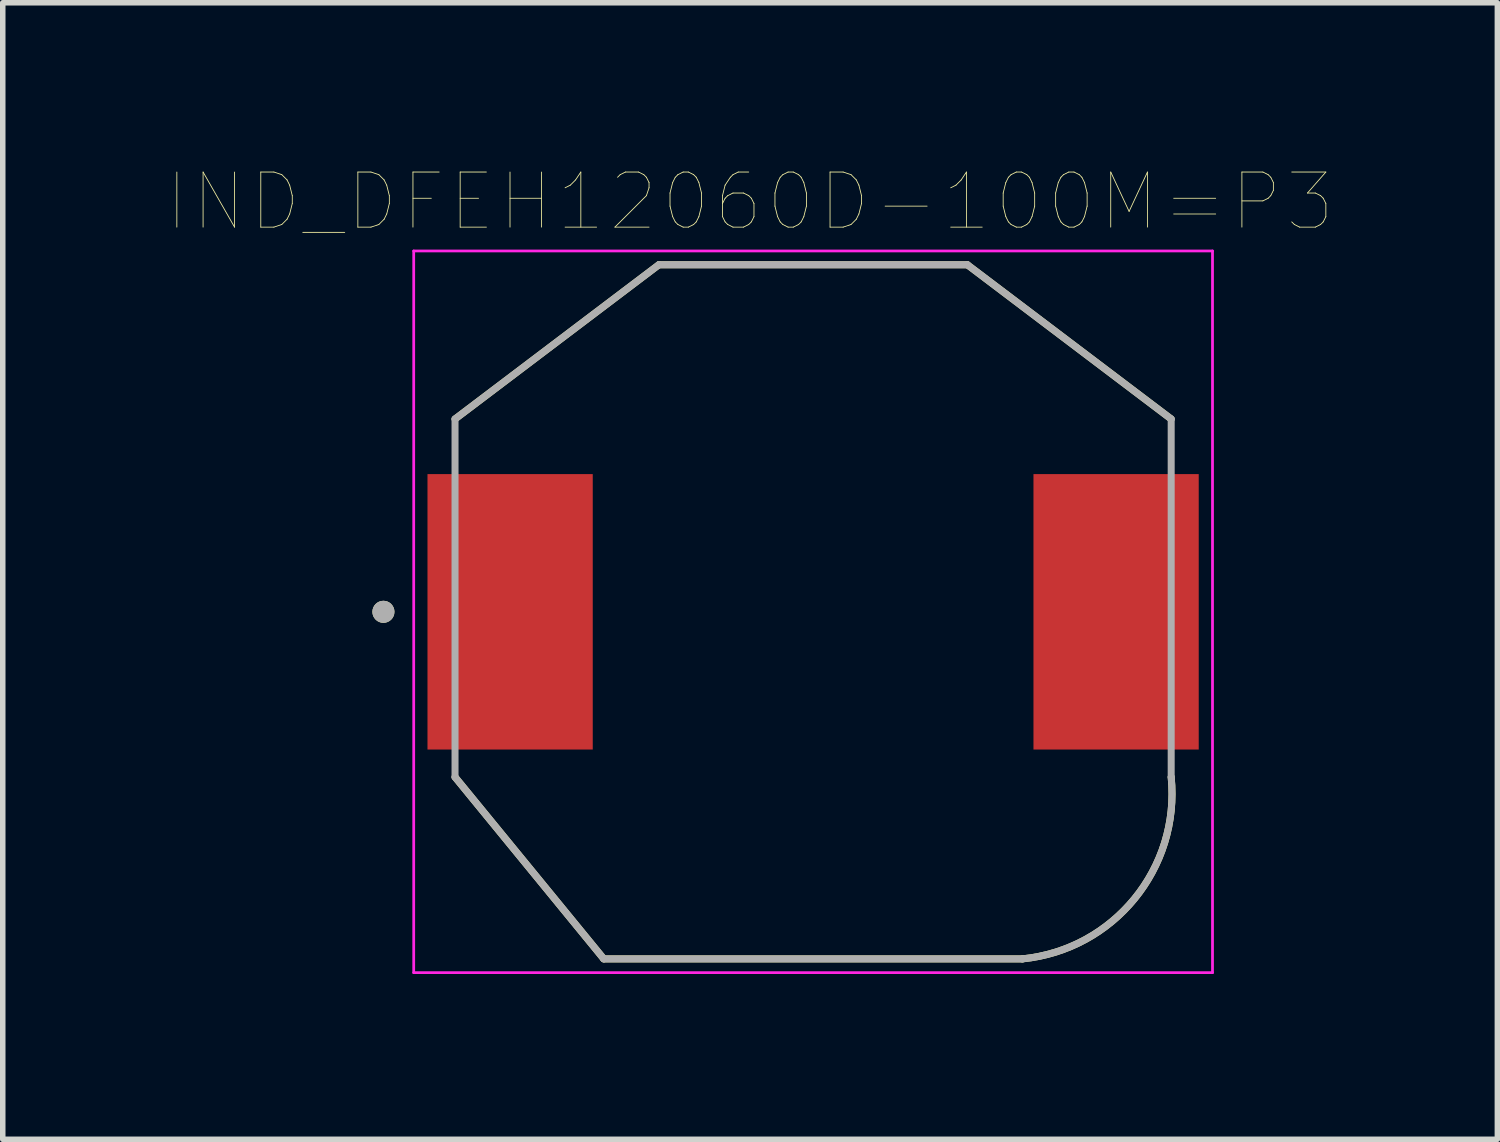
<source format=kicad_pcb>
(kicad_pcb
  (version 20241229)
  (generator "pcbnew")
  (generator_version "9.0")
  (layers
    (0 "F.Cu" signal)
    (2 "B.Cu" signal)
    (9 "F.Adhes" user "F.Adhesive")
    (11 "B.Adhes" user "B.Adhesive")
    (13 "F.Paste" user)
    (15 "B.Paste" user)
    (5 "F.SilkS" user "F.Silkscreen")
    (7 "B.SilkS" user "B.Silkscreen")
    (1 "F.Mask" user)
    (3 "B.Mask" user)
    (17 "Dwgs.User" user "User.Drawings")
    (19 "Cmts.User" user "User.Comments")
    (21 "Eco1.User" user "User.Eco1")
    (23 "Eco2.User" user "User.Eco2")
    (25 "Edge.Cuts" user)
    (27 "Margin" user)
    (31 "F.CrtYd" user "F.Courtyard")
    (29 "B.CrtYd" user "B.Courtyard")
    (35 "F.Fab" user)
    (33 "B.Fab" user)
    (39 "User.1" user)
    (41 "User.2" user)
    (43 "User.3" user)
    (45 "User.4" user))
  (footprint "IND_DFEH12060D-100M=P3"
    (layer "F.Cu")
    (at 11.71 8.056)
    (property "Reference" "IND_DFEH12060D-100M=P3" (at -1.145 -7.445 0) (layer "F.SilkS") (effects (font (size 1 1) (thickness 0.015))))
    (attr through_hole)
    (fp_line (start -6.5 -3.5) (end -2.8 -6.3) (stroke (width 0.127) (type solid)) (layer "F.SilkS"))
    (fp_line (start -3.8 6.3) (end -6.5 3) (stroke (width 0.127) (type solid)) (layer "F.SilkS"))
    (fp_line (start -2.8 -6.3) (end 2.8 -6.3) (stroke (width 0.127) (type solid)) (layer "F.SilkS"))
    (fp_line (start 2.8 -6.3) (end 6.5 -3.5) (stroke (width 0.127) (type solid)) (layer "F.SilkS"))
    (fp_line (start 3.8 6.3) (end -3.8 6.3) (stroke (width 0.127) (type solid)) (layer "F.SilkS"))
    (fp_arc (start 6.5 3) (mid 5.833452 5.209188) (end 3.8 6.3) (stroke (width 0.127) (type solid)) (layer "F.SilkS"))
    (fp_circle (center -7.8 0) (end -7.7 0) (stroke (width 0.2) (type solid)) (fill no) (layer "F.SilkS"))
    (fp_line (start -7.25 -6.55) (end 7.25 -6.55) (stroke (width 0.05) (type solid)) (layer "F.CrtYd"))
    (fp_line (start -7.25 6.55) (end -7.25 -6.55) (stroke (width 0.05) (type solid)) (layer "F.CrtYd"))
    (fp_line (start 7.25 -6.55) (end 7.25 6.55) (stroke (width 0.05) (type solid)) (layer "F.CrtYd"))
    (fp_line (start 7.25 6.55) (end -7.25 6.55) (stroke (width 0.05) (type solid)) (layer "F.CrtYd"))
    (fp_line (start -6.5 -3.5) (end -2.8 -6.3) (stroke (width 0.127) (type solid)) (layer "F.Fab"))
    (fp_line (start -6.5 3) (end -6.5 -3.5) (stroke (width 0.127) (type solid)) (layer "F.Fab"))
    (fp_line (start -3.8 6.3) (end -6.5 3) (stroke (width 0.127) (type solid)) (layer "F.Fab"))
    (fp_line (start -2.8 -6.3) (end 2.8 -6.3) (stroke (width 0.127) (type solid)) (layer "F.Fab"))
    (fp_line (start 2.8 -6.3) (end 6.5 -3.5) (stroke (width 0.127) (type solid)) (layer "F.Fab"))
    (fp_line (start 3.8 6.3) (end -3.8 6.3) (stroke (width 0.127) (type solid)) (layer "F.Fab"))
    (fp_line (start 6.5 -3.5) (end 6.5 3) (stroke (width 0.127) (type solid)) (layer "F.Fab"))
    (fp_arc (start 6.5 3) (mid 5.833452 5.209188) (end 3.8 6.3) (stroke (width 0.127) (type solid)) (layer "F.Fab"))
    (fp_circle (center -7.8 0) (end -7.7 0) (stroke (width 0.2) (type solid)) (fill no) (layer "F.Fab"))
    (pad "1" smd rect (at -5.5 0) (size 3 5) (layers "F.Cu" "F.Mask" "F.Paste"))
    (pad "2" smd rect (at 5.5 0) (size 3 5) (layers "F.Cu" "F.Mask" "F.Paste")))
  (gr_rect
    (start -3 -3)
    (end 24.131 17.631)
    (stroke (width 0.1) (type default))
    (fill no)
    (layer "Edge.Cuts")))
</source>
